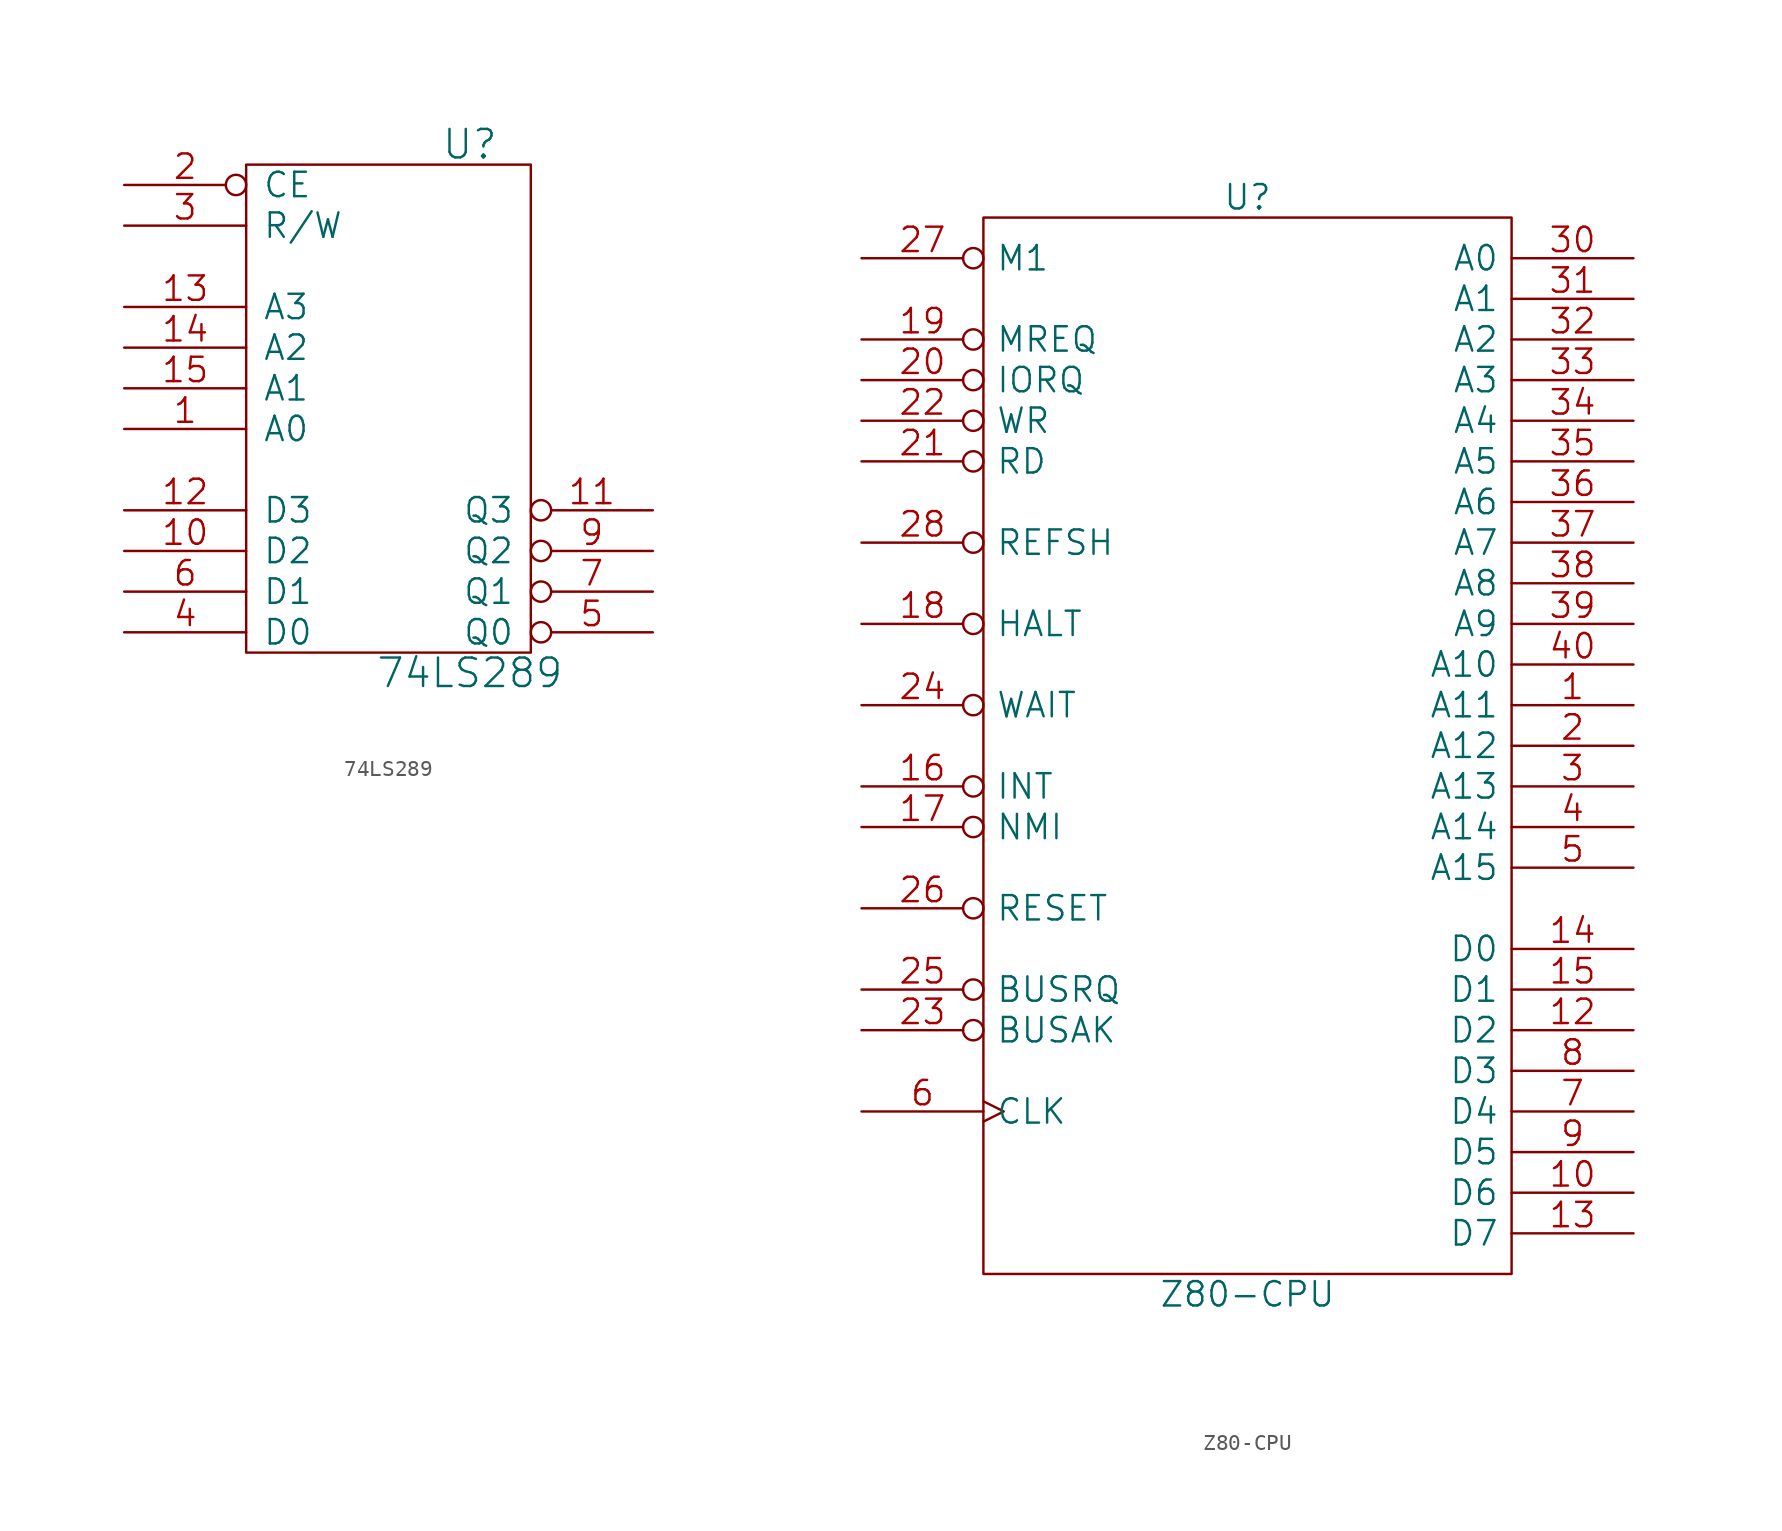
<source format=kicad_sym>
(kicad_symbol_lib
  (version 20220914)
  (generator kicad_symbol_editor)
  (symbol "74LS289"
    (pin_names
      (offset 1.016))
    (property "Reference" "U"
      (at 5.08 15.24 0)
      (effects (font (size 1.778 1.778))))
    (property "Value" "74LS289"
      (at 5.08 -17.78 0)
      (effects (font (size 1.778 1.778))))
    (property "Footprint" ""
      (at 11.43 -7.62 0)
      (effects (font (size 1.524 1.524))))
    (property "Datasheet" ""
      (at 11.43 -7.62 0)
      (effects (font (size 1.524 1.524))))
    (symbol "74LS289_0_0"
      (pin power_in line (at 0 13.97 270) (length 0) hide (name "VCC" (effects (font (size 1.524 1.524)))) (number "16" (effects (font (size 1.524 1.524)))))
      (pin power_in line (at 0 -16.51 90) (length 0) hide (name "GND" (effects (font (size 1.524 1.524)))) (number "8" (effects (font (size 1.524 1.524))))))
    (symbol "74LS289_0_1"
      (rectangle (start -8.89 13.97) (end 8.89 -16.51) (stroke (width 0) (type solid)) (fill (type none))))
    (symbol "74LS289_1_1"
      (pin input line (at -16.51 -2.54 0) (length 7.62) (name "A0" (effects (font (size 1.524 1.524)))) (number "1" (effects (font (size 1.524 1.524)))))
      (pin input line (at -16.51 -10.16 0) (length 7.62) (name "D2" (effects (font (size 1.524 1.524)))) (number "10" (effects (font (size 1.524 1.524)))))
      (pin output inverted (at 16.51 -7.62 180) (length 7.62) (name "Q3" (effects (font (size 1.524 1.524)))) (number "11" (effects (font (size 1.524 1.524)))))
      (pin input line (at -16.51 -7.62 0) (length 7.62) (name "D3" (effects (font (size 1.524 1.524)))) (number "12" (effects (font (size 1.524 1.524)))))
      (pin input line (at -16.51 5.08 0) (length 7.62) (name "A3" (effects (font (size 1.524 1.524)))) (number "13" (effects (font (size 1.524 1.524)))))
      (pin input line (at -16.51 2.54 0) (length 7.62) (name "A2" (effects (font (size 1.524 1.524)))) (number "14" (effects (font (size 1.524 1.524)))))
      (pin input line (at -16.51 0 0) (length 7.62) (name "A1" (effects (font (size 1.524 1.524)))) (number "15" (effects (font (size 1.524 1.524)))))
      (pin input inverted (at -16.51 12.7 0) (length 7.62) (name "CE" (effects (font (size 1.524 1.524)))) (number "2" (effects (font (size 1.524 1.524)))))
      (pin input line (at -16.51 10.16 0) (length 7.62) (name "R/W" (effects (font (size 1.524 1.524)))) (number "3" (effects (font (size 1.524 1.524)))))
      (pin input line (at -16.51 -15.24 0) (length 7.62) (name "D0" (effects (font (size 1.524 1.524)))) (number "4" (effects (font (size 1.524 1.524)))))
      (pin output inverted (at 16.51 -15.24 180) (length 7.62) (name "Q0" (effects (font (size 1.524 1.524)))) (number "5" (effects (font (size 1.524 1.524)))))
      (pin input line (at -16.51 -12.7 0) (length 7.62) (name "D1" (effects (font (size 1.524 1.524)))) (number "6" (effects (font (size 1.524 1.524)))))
      (pin output inverted (at 16.51 -12.7 180) (length 7.62) (name "Q1" (effects (font (size 1.524 1.524)))) (number "7" (effects (font (size 1.524 1.524)))))
      (pin output inverted (at 16.51 -10.16 180) (length 7.62) (name "Q2" (effects (font (size 1.524 1.524)))) (number "9" (effects (font (size 1.524 1.524)))))))
  (symbol "Z80-CPU"
    (pin_names
      (offset 0.762))
    (property "Reference" "U"
      (at 0 34.29 0)
      (effects (font (size 1.524 1.524))))
    (property "Value" "Z80-CPU"
      (at 0 -34.29 0)
      (effects (font (size 1.524 1.524))))
    (property "Footprint" ""
      (at 0 0 0)
      (effects (font (size 1.524 1.524))))
    (property "Datasheet" ""
      (at 0 0 0)
      (effects (font (size 1.524 1.524))))
    (symbol "Z80-CPU_0_1"
      (rectangle (start -16.51 -33.02) (end 16.51 33.02) (stroke (width 0) (type solid)) (fill (type none))))
    (symbol "Z80-CPU_1_1"
      (pin bidirectional line (at 24.13 2.54 180) (length 7.62) (name "A11" (effects (font (size 1.524 1.524)))) (number "1" (effects (font (size 1.524 1.524)))))
      (pin bidirectional line (at 24.13 -27.94 180) (length 7.62) (name "D6" (effects (font (size 1.524 1.524)))) (number "10" (effects (font (size 1.524 1.524)))))
      (pin power_in line (at -16.51 33.02 270) (length 0) hide (name "VCC" (effects (font (size 1.524 1.524)))) (number "11" (effects (font (size 1.524 1.524)))))
      (pin bidirectional line (at 24.13 -17.78 180) (length 7.62) (name "D2" (effects (font (size 1.524 1.524)))) (number "12" (effects (font (size 1.524 1.524)))))
      (pin bidirectional line (at 24.13 -30.48 180) (length 7.62) (name "D7" (effects (font (size 1.524 1.524)))) (number "13" (effects (font (size 1.524 1.524)))))
      (pin bidirectional line (at 24.13 -12.7 180) (length 7.62) (name "D0" (effects (font (size 1.524 1.524)))) (number "14" (effects (font (size 1.524 1.524)))))
      (pin bidirectional line (at 24.13 -15.24 180) (length 7.62) (name "D1" (effects (font (size 1.524 1.524)))) (number "15" (effects (font (size 1.524 1.524)))))
      (pin input inverted (at -24.13 -2.54 0) (length 7.62) (name "INT" (effects (font (size 1.524 1.524)))) (number "16" (effects (font (size 1.524 1.524)))))
      (pin input inverted (at -24.13 -5.08 0) (length 7.62) (name "NMI" (effects (font (size 1.524 1.524)))) (number "17" (effects (font (size 1.524 1.524)))))
      (pin output inverted (at -24.13 7.62 0) (length 7.62) (name "HALT" (effects (font (size 1.524 1.524)))) (number "18" (effects (font (size 1.524 1.524)))))
      (pin output inverted (at -24.13 25.4 0) (length 7.62) (name "MREQ" (effects (font (size 1.524 1.524)))) (number "19" (effects (font (size 1.524 1.524)))))
      (pin bidirectional line (at 24.13 0 180) (length 7.62) (name "A12" (effects (font (size 1.524 1.524)))) (number "2" (effects (font (size 1.524 1.524)))))
      (pin output inverted (at -24.13 22.86 0) (length 7.62) (name "IORQ" (effects (font (size 1.524 1.524)))) (number "20" (effects (font (size 1.524 1.524)))))
      (pin output inverted (at -24.13 17.78 0) (length 7.62) (name "RD" (effects (font (size 1.524 1.524)))) (number "21" (effects (font (size 1.524 1.524)))))
      (pin output inverted (at -24.13 20.32 0) (length 7.62) (name "WR" (effects (font (size 1.524 1.524)))) (number "22" (effects (font (size 1.524 1.524)))))
      (pin output inverted (at -24.13 -17.78 0) (length 7.62) (name "BUSAK" (effects (font (size 1.524 1.524)))) (number "23" (effects (font (size 1.524 1.524)))))
      (pin input inverted (at -24.13 2.54 0) (length 7.62) (name "WAIT" (effects (font (size 1.524 1.524)))) (number "24" (effects (font (size 1.524 1.524)))))
      (pin input inverted (at -24.13 -15.24 0) (length 7.62) (name "BUSRQ" (effects (font (size 1.524 1.524)))) (number "25" (effects (font (size 1.524 1.524)))))
      (pin input inverted (at -24.13 -10.16 0) (length 7.62) (name "RESET" (effects (font (size 1.524 1.524)))) (number "26" (effects (font (size 1.524 1.524)))))
      (pin output inverted (at -24.13 30.48 0) (length 7.62) (name "M1" (effects (font (size 1.524 1.524)))) (number "27" (effects (font (size 1.524 1.524)))))
      (pin output inverted (at -24.13 12.7 0) (length 7.62) (name "REFSH" (effects (font (size 1.524 1.524)))) (number "28" (effects (font (size 1.524 1.524)))))
      (pin power_in line (at -16.51 -33.02 90) (length 0) hide (name "VSS" (effects (font (size 1.524 1.524)))) (number "29" (effects (font (size 1.524 1.524)))))
      (pin bidirectional line (at 24.13 -2.54 180) (length 7.62) (name "A13" (effects (font (size 1.524 1.524)))) (number "3" (effects (font (size 1.524 1.524)))))
      (pin bidirectional line (at 24.13 30.48 180) (length 7.62) (name "A0" (effects (font (size 1.524 1.524)))) (number "30" (effects (font (size 1.524 1.524)))))
      (pin bidirectional line (at 24.13 27.94 180) (length 7.62) (name "A1" (effects (font (size 1.524 1.524)))) (number "31" (effects (font (size 1.524 1.524)))))
      (pin bidirectional line (at 24.13 25.4 180) (length 7.62) (name "A2" (effects (font (size 1.524 1.524)))) (number "32" (effects (font (size 1.524 1.524)))))
      (pin bidirectional line (at 24.13 22.86 180) (length 7.62) (name "A3" (effects (font (size 1.524 1.524)))) (number "33" (effects (font (size 1.524 1.524)))))
      (pin bidirectional line (at 24.13 20.32 180) (length 7.62) (name "A4" (effects (font (size 1.524 1.524)))) (number "34" (effects (font (size 1.524 1.524)))))
      (pin bidirectional line (at 24.13 17.78 180) (length 7.62) (name "A5" (effects (font (size 1.524 1.524)))) (number "35" (effects (font (size 1.524 1.524)))))
      (pin bidirectional line (at 24.13 15.24 180) (length 7.62) (name "A6" (effects (font (size 1.524 1.524)))) (number "36" (effects (font (size 1.524 1.524)))))
      (pin bidirectional line (at 24.13 12.7 180) (length 7.62) (name "A7" (effects (font (size 1.524 1.524)))) (number "37" (effects (font (size 1.524 1.524)))))
      (pin bidirectional line (at 24.13 10.16 180) (length 7.62) (name "A8" (effects (font (size 1.524 1.524)))) (number "38" (effects (font (size 1.524 1.524)))))
      (pin bidirectional line (at 24.13 7.62 180) (length 7.62) (name "A9" (effects (font (size 1.524 1.524)))) (number "39" (effects (font (size 1.524 1.524)))))
      (pin bidirectional line (at 24.13 -5.08 180) (length 7.62) (name "A14" (effects (font (size 1.524 1.524)))) (number "4" (effects (font (size 1.524 1.524)))))
      (pin bidirectional line (at 24.13 5.08 180) (length 7.62) (name "A10" (effects (font (size 1.524 1.524)))) (number "40" (effects (font (size 1.524 1.524)))))
      (pin bidirectional line (at 24.13 -7.62 180) (length 7.62) (name "A15" (effects (font (size 1.524 1.524)))) (number "5" (effects (font (size 1.524 1.524)))))
      (pin input clock (at -24.13 -22.86 0) (length 7.62) (name "CLK" (effects (font (size 1.524 1.524)))) (number "6" (effects (font (size 1.524 1.524)))))
      (pin bidirectional line (at 24.13 -22.86 180) (length 7.62) (name "D4" (effects (font (size 1.524 1.524)))) (number "7" (effects (font (size 1.524 1.524)))))
      (pin bidirectional line (at 24.13 -20.32 180) (length 7.62) (name "D3" (effects (font (size 1.524 1.524)))) (number "8" (effects (font (size 1.524 1.524)))))
      (pin bidirectional line (at 24.13 -25.4 180) (length 7.62) (name "D5" (effects (font (size 1.524 1.524)))) (number "9" (effects (font (size 1.524 1.524))))))))
</source>
